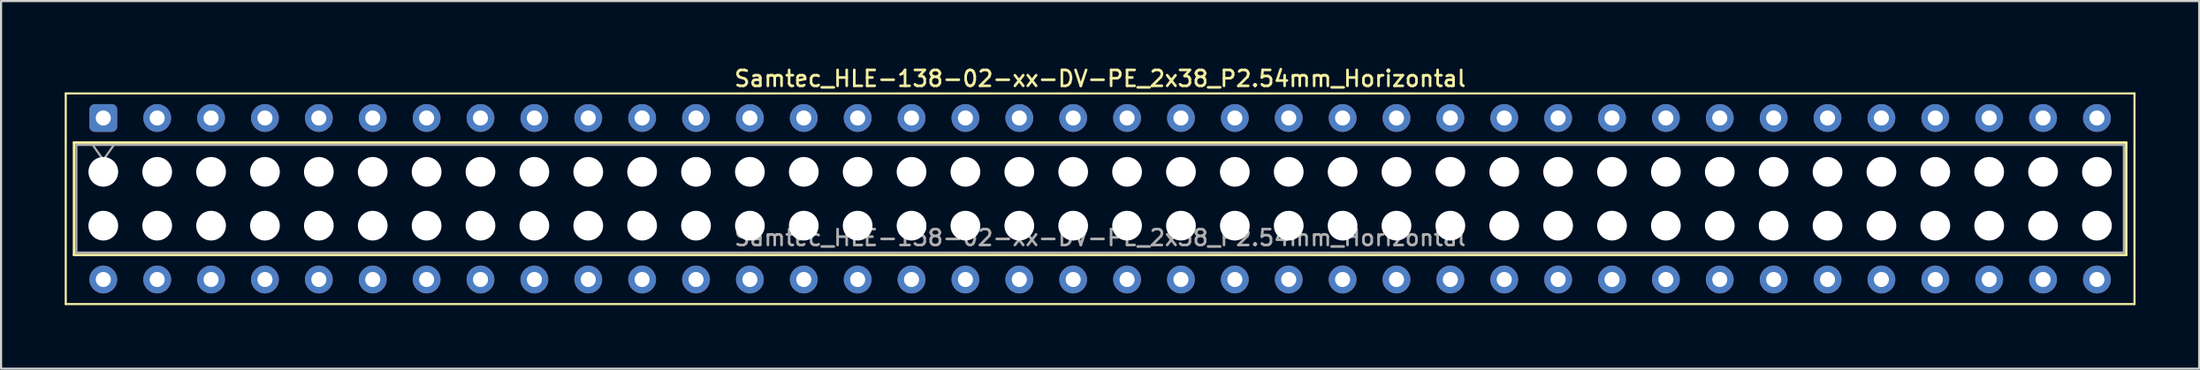
<source format=kicad_pcb>
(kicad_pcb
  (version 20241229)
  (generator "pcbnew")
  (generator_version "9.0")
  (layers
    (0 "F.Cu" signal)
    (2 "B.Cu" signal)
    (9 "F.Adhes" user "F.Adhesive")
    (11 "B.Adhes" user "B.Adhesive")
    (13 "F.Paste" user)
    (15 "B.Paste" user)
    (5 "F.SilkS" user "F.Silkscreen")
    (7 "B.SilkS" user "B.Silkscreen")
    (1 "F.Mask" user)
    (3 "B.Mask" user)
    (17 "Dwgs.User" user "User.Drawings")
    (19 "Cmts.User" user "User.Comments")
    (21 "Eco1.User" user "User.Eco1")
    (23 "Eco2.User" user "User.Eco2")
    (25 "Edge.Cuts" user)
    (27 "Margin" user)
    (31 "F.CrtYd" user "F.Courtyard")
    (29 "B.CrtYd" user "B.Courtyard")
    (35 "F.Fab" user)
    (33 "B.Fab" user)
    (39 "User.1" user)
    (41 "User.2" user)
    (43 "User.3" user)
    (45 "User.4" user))
  (footprint "Samtec_HLE-138-02-xx-DV-PE_2x38_P2.54mm_Horizontal"
    (layer "F.Cu")
    (at 1.82 2.518)
    (property "Reference" "Samtec_HLE-138-02-xx-DV-PE_2x38_P2.54mm_Horizontal" (at 46.99 -1.86 0) (layer "F.SilkS") (effects (font (size 0.75 0.75) (thickness 0.125))))
    (attr through_hole)
    (fp_line (start -1.77 -1.16) (end 95.75 -1.16) (stroke (width 0.1) (type solid)) (layer "F.SilkS"))
    (fp_line (start -1.77 8.78) (end -1.77 -1.16) (stroke (width 0.1) (type solid)) (layer "F.SilkS"))
    (fp_line (start -1.38 1.16) (end 95.36 1.16) (stroke (width 0.12) (type solid)) (layer "F.SilkS"))
    (fp_line (start -1.38 6.46) (end -1.38 1.16) (stroke (width 0.12) (type solid)) (layer "F.SilkS"))
    (fp_line (start 95.36 1.16) (end 95.36 6.46) (stroke (width 0.12) (type solid)) (layer "F.SilkS"))
    (fp_line (start 95.36 6.46) (end -1.38 6.46) (stroke (width 0.12) (type solid)) (layer "F.SilkS"))
    (fp_line (start 95.75 -1.16) (end 95.75 8.78) (stroke (width 0.1) (type solid)) (layer "F.SilkS"))
    (fp_line (start 95.75 8.78) (end -1.77 8.78) (stroke (width 0.1) (type solid)) (layer "F.SilkS"))
    (fp_line (start -1.27 1.27) (end 95.25 1.27) (stroke (width 0.1) (type solid)) (layer "F.Fab"))
    (fp_line (start -1.27 6.35) (end -1.27 1.27) (stroke (width 0.1) (type solid)) (layer "F.Fab"))
    (fp_line (start -0.5 1.27) (end 0 1.977) (stroke (width 0.1) (type solid)) (layer "F.Fab"))
    (fp_line (start 0 1.977) (end 0.5 1.27) (stroke (width 0.1) (type solid)) (layer "F.Fab"))
    (fp_line (start 95.25 1.27) (end 95.25 6.35) (stroke (width 0.1) (type solid)) (layer "F.Fab"))
    (fp_line (start 95.25 6.35) (end -1.27 6.35) (stroke (width 0.1) (type solid)) (layer "F.Fab"))
    (fp_text user "${REFERENCE}" (at 46.99 5.65 0) (layer "F.Fab") (effects (font (size 0.75 0.75) (thickness 0.125))))
    (pad "" np_thru_hole circle (at 0 2.54) (size 1.4 1.4) (drill 1.4) (layers "*.Cu" "*.Mask"))
    (pad "" np_thru_hole circle (at 0 5.08) (size 1.4 1.4) (drill 1.4) (layers "*.Cu" "*.Mask"))
    (pad "" np_thru_hole circle (at 2.54 2.54) (size 1.4 1.4) (drill 1.4) (layers "*.Cu" "*.Mask"))
    (pad "" np_thru_hole circle (at 2.54 5.08) (size 1.4 1.4) (drill 1.4) (layers "*.Cu" "*.Mask"))
    (pad "" np_thru_hole circle (at 5.08 2.54) (size 1.4 1.4) (drill 1.4) (layers "*.Cu" "*.Mask"))
    (pad "" np_thru_hole circle (at 5.08 5.08) (size 1.4 1.4) (drill 1.4) (layers "*.Cu" "*.Mask"))
    (pad "" np_thru_hole circle (at 7.62 2.54) (size 1.4 1.4) (drill 1.4) (layers "*.Cu" "*.Mask"))
    (pad "" np_thru_hole circle (at 7.62 5.08) (size 1.4 1.4) (drill 1.4) (layers "*.Cu" "*.Mask"))
    (pad "" np_thru_hole circle (at 10.16 2.54) (size 1.4 1.4) (drill 1.4) (layers "*.Cu" "*.Mask"))
    (pad "" np_thru_hole circle (at 10.16 5.08) (size 1.4 1.4) (drill 1.4) (layers "*.Cu" "*.Mask"))
    (pad "" np_thru_hole circle (at 12.7 2.54) (size 1.4 1.4) (drill 1.4) (layers "*.Cu" "*.Mask"))
    (pad "" np_thru_hole circle (at 12.7 5.08) (size 1.4 1.4) (drill 1.4) (layers "*.Cu" "*.Mask"))
    (pad "" np_thru_hole circle (at 15.24 2.54) (size 1.4 1.4) (drill 1.4) (layers "*.Cu" "*.Mask"))
    (pad "" np_thru_hole circle (at 15.24 5.08) (size 1.4 1.4) (drill 1.4) (layers "*.Cu" "*.Mask"))
    (pad "" np_thru_hole circle (at 17.78 2.54) (size 1.4 1.4) (drill 1.4) (layers "*.Cu" "*.Mask"))
    (pad "" np_thru_hole circle (at 17.78 5.08) (size 1.4 1.4) (drill 1.4) (layers "*.Cu" "*.Mask"))
    (pad "" np_thru_hole circle (at 20.32 2.54) (size 1.4 1.4) (drill 1.4) (layers "*.Cu" "*.Mask"))
    (pad "" np_thru_hole circle (at 20.32 5.08) (size 1.4 1.4) (drill 1.4) (layers "*.Cu" "*.Mask"))
    (pad "" np_thru_hole circle (at 22.86 2.54) (size 1.4 1.4) (drill 1.4) (layers "*.Cu" "*.Mask"))
    (pad "" np_thru_hole circle (at 22.86 5.08) (size 1.4 1.4) (drill 1.4) (layers "*.Cu" "*.Mask"))
    (pad "" np_thru_hole circle (at 25.4 2.54) (size 1.4 1.4) (drill 1.4) (layers "*.Cu" "*.Mask"))
    (pad "" np_thru_hole circle (at 25.4 5.08) (size 1.4 1.4) (drill 1.4) (layers "*.Cu" "*.Mask"))
    (pad "" np_thru_hole circle (at 27.94 2.54) (size 1.4 1.4) (drill 1.4) (layers "*.Cu" "*.Mask"))
    (pad "" np_thru_hole circle (at 27.94 5.08) (size 1.4 1.4) (drill 1.4) (layers "*.Cu" "*.Mask"))
    (pad "" np_thru_hole circle (at 30.48 2.54) (size 1.4 1.4) (drill 1.4) (layers "*.Cu" "*.Mask"))
    (pad "" np_thru_hole circle (at 30.48 5.08) (size 1.4 1.4) (drill 1.4) (layers "*.Cu" "*.Mask"))
    (pad "" np_thru_hole circle (at 33.02 2.54) (size 1.4 1.4) (drill 1.4) (layers "*.Cu" "*.Mask"))
    (pad "" np_thru_hole circle (at 33.02 5.08) (size 1.4 1.4) (drill 1.4) (layers "*.Cu" "*.Mask"))
    (pad "" np_thru_hole circle (at 35.56 2.54) (size 1.4 1.4) (drill 1.4) (layers "*.Cu" "*.Mask"))
    (pad "" np_thru_hole circle (at 35.56 5.08) (size 1.4 1.4) (drill 1.4) (layers "*.Cu" "*.Mask"))
    (pad "" np_thru_hole circle (at 38.1 2.54) (size 1.4 1.4) (drill 1.4) (layers "*.Cu" "*.Mask"))
    (pad "" np_thru_hole circle (at 38.1 5.08) (size 1.4 1.4) (drill 1.4) (layers "*.Cu" "*.Mask"))
    (pad "" np_thru_hole circle (at 40.64 2.54) (size 1.4 1.4) (drill 1.4) (layers "*.Cu" "*.Mask"))
    (pad "" np_thru_hole circle (at 40.64 5.08) (size 1.4 1.4) (drill 1.4) (layers "*.Cu" "*.Mask"))
    (pad "" np_thru_hole circle (at 43.18 2.54) (size 1.4 1.4) (drill 1.4) (layers "*.Cu" "*.Mask"))
    (pad "" np_thru_hole circle (at 43.18 5.08) (size 1.4 1.4) (drill 1.4) (layers "*.Cu" "*.Mask"))
    (pad "" np_thru_hole circle (at 45.72 2.54) (size 1.4 1.4) (drill 1.4) (layers "*.Cu" "*.Mask"))
    (pad "" np_thru_hole circle (at 45.72 5.08) (size 1.4 1.4) (drill 1.4) (layers "*.Cu" "*.Mask"))
    (pad "" np_thru_hole circle (at 48.26 2.54) (size 1.4 1.4) (drill 1.4) (layers "*.Cu" "*.Mask"))
    (pad "" np_thru_hole circle (at 48.26 5.08) (size 1.4 1.4) (drill 1.4) (layers "*.Cu" "*.Mask"))
    (pad "" np_thru_hole circle (at 50.8 2.54) (size 1.4 1.4) (drill 1.4) (layers "*.Cu" "*.Mask"))
    (pad "" np_thru_hole circle (at 50.8 5.08) (size 1.4 1.4) (drill 1.4) (layers "*.Cu" "*.Mask"))
    (pad "" np_thru_hole circle (at 53.34 2.54) (size 1.4 1.4) (drill 1.4) (layers "*.Cu" "*.Mask"))
    (pad "" np_thru_hole circle (at 53.34 5.08) (size 1.4 1.4) (drill 1.4) (layers "*.Cu" "*.Mask"))
    (pad "" np_thru_hole circle (at 55.88 2.54) (size 1.4 1.4) (drill 1.4) (layers "*.Cu" "*.Mask"))
    (pad "" np_thru_hole circle (at 55.88 5.08) (size 1.4 1.4) (drill 1.4) (layers "*.Cu" "*.Mask"))
    (pad "" np_thru_hole circle (at 58.42 2.54) (size 1.4 1.4) (drill 1.4) (layers "*.Cu" "*.Mask"))
    (pad "" np_thru_hole circle (at 58.42 5.08) (size 1.4 1.4) (drill 1.4) (layers "*.Cu" "*.Mask"))
    (pad "" np_thru_hole circle (at 60.96 2.54) (size 1.4 1.4) (drill 1.4) (layers "*.Cu" "*.Mask"))
    (pad "" np_thru_hole circle (at 60.96 5.08) (size 1.4 1.4) (drill 1.4) (layers "*.Cu" "*.Mask"))
    (pad "" np_thru_hole circle (at 63.5 2.54) (size 1.4 1.4) (drill 1.4) (layers "*.Cu" "*.Mask"))
    (pad "" np_thru_hole circle (at 63.5 5.08) (size 1.4 1.4) (drill 1.4) (layers "*.Cu" "*.Mask"))
    (pad "" np_thru_hole circle (at 66.04 2.54) (size 1.4 1.4) (drill 1.4) (layers "*.Cu" "*.Mask"))
    (pad "" np_thru_hole circle (at 66.04 5.08) (size 1.4 1.4) (drill 1.4) (layers "*.Cu" "*.Mask"))
    (pad "" np_thru_hole circle (at 68.58 2.54) (size 1.4 1.4) (drill 1.4) (layers "*.Cu" "*.Mask"))
    (pad "" np_thru_hole circle (at 68.58 5.08) (size 1.4 1.4) (drill 1.4) (layers "*.Cu" "*.Mask"))
    (pad "" np_thru_hole circle (at 71.12 2.54) (size 1.4 1.4) (drill 1.4) (layers "*.Cu" "*.Mask"))
    (pad "" np_thru_hole circle (at 71.12 5.08) (size 1.4 1.4) (drill 1.4) (layers "*.Cu" "*.Mask"))
    (pad "" np_thru_hole circle (at 73.66 2.54) (size 1.4 1.4) (drill 1.4) (layers "*.Cu" "*.Mask"))
    (pad "" np_thru_hole circle (at 73.66 5.08) (size 1.4 1.4) (drill 1.4) (layers "*.Cu" "*.Mask"))
    (pad "" np_thru_hole circle (at 76.2 2.54) (size 1.4 1.4) (drill 1.4) (layers "*.Cu" "*.Mask"))
    (pad "" np_thru_hole circle (at 76.2 5.08) (size 1.4 1.4) (drill 1.4) (layers "*.Cu" "*.Mask"))
    (pad "" np_thru_hole circle (at 78.74 2.54) (size 1.4 1.4) (drill 1.4) (layers "*.Cu" "*.Mask"))
    (pad "" np_thru_hole circle (at 78.74 5.08) (size 1.4 1.4) (drill 1.4) (layers "*.Cu" "*.Mask"))
    (pad "" np_thru_hole circle (at 81.28 2.54) (size 1.4 1.4) (drill 1.4) (layers "*.Cu" "*.Mask"))
    (pad "" np_thru_hole circle (at 81.28 5.08) (size 1.4 1.4) (drill 1.4) (layers "*.Cu" "*.Mask"))
    (pad "" np_thru_hole circle (at 83.82 2.54) (size 1.4 1.4) (drill 1.4) (layers "*.Cu" "*.Mask"))
    (pad "" np_thru_hole circle (at 83.82 5.08) (size 1.4 1.4) (drill 1.4) (layers "*.Cu" "*.Mask"))
    (pad "" np_thru_hole circle (at 86.36 2.54) (size 1.4 1.4) (drill 1.4) (layers "*.Cu" "*.Mask"))
    (pad "" np_thru_hole circle (at 86.36 5.08) (size 1.4 1.4) (drill 1.4) (layers "*.Cu" "*.Mask"))
    (pad "" np_thru_hole circle (at 88.9 2.54) (size 1.4 1.4) (drill 1.4) (layers "*.Cu" "*.Mask"))
    (pad "" np_thru_hole circle (at 88.9 5.08) (size 1.4 1.4) (drill 1.4) (layers "*.Cu" "*.Mask"))
    (pad "" np_thru_hole circle (at 91.44 2.54) (size 1.4 1.4) (drill 1.4) (layers "*.Cu" "*.Mask"))
    (pad "" np_thru_hole circle (at 91.44 5.08) (size 1.4 1.4) (drill 1.4) (layers "*.Cu" "*.Mask"))
    (pad "" np_thru_hole circle (at 93.98 2.54) (size 1.4 1.4) (drill 1.4) (layers "*.Cu" "*.Mask"))
    (pad "" np_thru_hole circle (at 93.98 5.08) (size 1.4 1.4) (drill 1.4) (layers "*.Cu" "*.Mask"))
    (pad "1" thru_hole roundrect (at 0 0) (size 1.31 1.31) (drill 0.71) (layers "*.Cu" "*.Mask") (roundrect_rratio 0.191))
    (pad "2" thru_hole circle (at 0 7.62) (size 1.31 1.31) (drill 0.71) (layers "*.Cu" "*.Mask"))
    (pad "3" thru_hole circle (at 2.54 0) (size 1.31 1.31) (drill 0.71) (layers "*.Cu" "*.Mask"))
    (pad "4" thru_hole circle (at 2.54 7.62) (size 1.31 1.31) (drill 0.71) (layers "*.Cu" "*.Mask"))
    (pad "5" thru_hole circle (at 5.08 0) (size 1.31 1.31) (drill 0.71) (layers "*.Cu" "*.Mask"))
    (pad "6" thru_hole circle (at 5.08 7.62) (size 1.31 1.31) (drill 0.71) (layers "*.Cu" "*.Mask"))
    (pad "7" thru_hole circle (at 7.62 0) (size 1.31 1.31) (drill 0.71) (layers "*.Cu" "*.Mask"))
    (pad "8" thru_hole circle (at 7.62 7.62) (size 1.31 1.31) (drill 0.71) (layers "*.Cu" "*.Mask"))
    (pad "9" thru_hole circle (at 10.16 0) (size 1.31 1.31) (drill 0.71) (layers "*.Cu" "*.Mask"))
    (pad "10" thru_hole circle (at 10.16 7.62) (size 1.31 1.31) (drill 0.71) (layers "*.Cu" "*.Mask"))
    (pad "11" thru_hole circle (at 12.7 0) (size 1.31 1.31) (drill 0.71) (layers "*.Cu" "*.Mask"))
    (pad "12" thru_hole circle (at 12.7 7.62) (size 1.31 1.31) (drill 0.71) (layers "*.Cu" "*.Mask"))
    (pad "13" thru_hole circle (at 15.24 0) (size 1.31 1.31) (drill 0.71) (layers "*.Cu" "*.Mask"))
    (pad "14" thru_hole circle (at 15.24 7.62) (size 1.31 1.31) (drill 0.71) (layers "*.Cu" "*.Mask"))
    (pad "15" thru_hole circle (at 17.78 0) (size 1.31 1.31) (drill 0.71) (layers "*.Cu" "*.Mask"))
    (pad "16" thru_hole circle (at 17.78 7.62) (size 1.31 1.31) (drill 0.71) (layers "*.Cu" "*.Mask"))
    (pad "17" thru_hole circle (at 20.32 0) (size 1.31 1.31) (drill 0.71) (layers "*.Cu" "*.Mask"))
    (pad "18" thru_hole circle (at 20.32 7.62) (size 1.31 1.31) (drill 0.71) (layers "*.Cu" "*.Mask"))
    (pad "19" thru_hole circle (at 22.86 0) (size 1.31 1.31) (drill 0.71) (layers "*.Cu" "*.Mask"))
    (pad "20" thru_hole circle (at 22.86 7.62) (size 1.31 1.31) (drill 0.71) (layers "*.Cu" "*.Mask"))
    (pad "21" thru_hole circle (at 25.4 0) (size 1.31 1.31) (drill 0.71) (layers "*.Cu" "*.Mask"))
    (pad "22" thru_hole circle (at 25.4 7.62) (size 1.31 1.31) (drill 0.71) (layers "*.Cu" "*.Mask"))
    (pad "23" thru_hole circle (at 27.94 0) (size 1.31 1.31) (drill 0.71) (layers "*.Cu" "*.Mask"))
    (pad "24" thru_hole circle (at 27.94 7.62) (size 1.31 1.31) (drill 0.71) (layers "*.Cu" "*.Mask"))
    (pad "25" thru_hole circle (at 30.48 0) (size 1.31 1.31) (drill 0.71) (layers "*.Cu" "*.Mask"))
    (pad "26" thru_hole circle (at 30.48 7.62) (size 1.31 1.31) (drill 0.71) (layers "*.Cu" "*.Mask"))
    (pad "27" thru_hole circle (at 33.02 0) (size 1.31 1.31) (drill 0.71) (layers "*.Cu" "*.Mask"))
    (pad "28" thru_hole circle (at 33.02 7.62) (size 1.31 1.31) (drill 0.71) (layers "*.Cu" "*.Mask"))
    (pad "29" thru_hole circle (at 35.56 0) (size 1.31 1.31) (drill 0.71) (layers "*.Cu" "*.Mask"))
    (pad "30" thru_hole circle (at 35.56 7.62) (size 1.31 1.31) (drill 0.71) (layers "*.Cu" "*.Mask"))
    (pad "31" thru_hole circle (at 38.1 0) (size 1.31 1.31) (drill 0.71) (layers "*.Cu" "*.Mask"))
    (pad "32" thru_hole circle (at 38.1 7.62) (size 1.31 1.31) (drill 0.71) (layers "*.Cu" "*.Mask"))
    (pad "33" thru_hole circle (at 40.64 0) (size 1.31 1.31) (drill 0.71) (layers "*.Cu" "*.Mask"))
    (pad "34" thru_hole circle (at 40.64 7.62) (size 1.31 1.31) (drill 0.71) (layers "*.Cu" "*.Mask"))
    (pad "35" thru_hole circle (at 43.18 0) (size 1.31 1.31) (drill 0.71) (layers "*.Cu" "*.Mask"))
    (pad "36" thru_hole circle (at 43.18 7.62) (size 1.31 1.31) (drill 0.71) (layers "*.Cu" "*.Mask"))
    (pad "37" thru_hole circle (at 45.72 0) (size 1.31 1.31) (drill 0.71) (layers "*.Cu" "*.Mask"))
    (pad "38" thru_hole circle (at 45.72 7.62) (size 1.31 1.31) (drill 0.71) (layers "*.Cu" "*.Mask"))
    (pad "39" thru_hole circle (at 48.26 0) (size 1.31 1.31) (drill 0.71) (layers "*.Cu" "*.Mask"))
    (pad "40" thru_hole circle (at 48.26 7.62) (size 1.31 1.31) (drill 0.71) (layers "*.Cu" "*.Mask"))
    (pad "41" thru_hole circle (at 50.8 0) (size 1.31 1.31) (drill 0.71) (layers "*.Cu" "*.Mask"))
    (pad "42" thru_hole circle (at 50.8 7.62) (size 1.31 1.31) (drill 0.71) (layers "*.Cu" "*.Mask"))
    (pad "43" thru_hole circle (at 53.34 0) (size 1.31 1.31) (drill 0.71) (layers "*.Cu" "*.Mask"))
    (pad "44" thru_hole circle (at 53.34 7.62) (size 1.31 1.31) (drill 0.71) (layers "*.Cu" "*.Mask"))
    (pad "45" thru_hole circle (at 55.88 0) (size 1.31 1.31) (drill 0.71) (layers "*.Cu" "*.Mask"))
    (pad "46" thru_hole circle (at 55.88 7.62) (size 1.31 1.31) (drill 0.71) (layers "*.Cu" "*.Mask"))
    (pad "47" thru_hole circle (at 58.42 0) (size 1.31 1.31) (drill 0.71) (layers "*.Cu" "*.Mask"))
    (pad "48" thru_hole circle (at 58.42 7.62) (size 1.31 1.31) (drill 0.71) (layers "*.Cu" "*.Mask"))
    (pad "49" thru_hole circle (at 60.96 0) (size 1.31 1.31) (drill 0.71) (layers "*.Cu" "*.Mask"))
    (pad "50" thru_hole circle (at 60.96 7.62) (size 1.31 1.31) (drill 0.71) (layers "*.Cu" "*.Mask"))
    (pad "51" thru_hole circle (at 63.5 0) (size 1.31 1.31) (drill 0.71) (layers "*.Cu" "*.Mask"))
    (pad "52" thru_hole circle (at 63.5 7.62) (size 1.31 1.31) (drill 0.71) (layers "*.Cu" "*.Mask"))
    (pad "53" thru_hole circle (at 66.04 0) (size 1.31 1.31) (drill 0.71) (layers "*.Cu" "*.Mask"))
    (pad "54" thru_hole circle (at 66.04 7.62) (size 1.31 1.31) (drill 0.71) (layers "*.Cu" "*.Mask"))
    (pad "55" thru_hole circle (at 68.58 0) (size 1.31 1.31) (drill 0.71) (layers "*.Cu" "*.Mask"))
    (pad "56" thru_hole circle (at 68.58 7.62) (size 1.31 1.31) (drill 0.71) (layers "*.Cu" "*.Mask"))
    (pad "57" thru_hole circle (at 71.12 0) (size 1.31 1.31) (drill 0.71) (layers "*.Cu" "*.Mask"))
    (pad "58" thru_hole circle (at 71.12 7.62) (size 1.31 1.31) (drill 0.71) (layers "*.Cu" "*.Mask"))
    (pad "59" thru_hole circle (at 73.66 0) (size 1.31 1.31) (drill 0.71) (layers "*.Cu" "*.Mask"))
    (pad "60" thru_hole circle (at 73.66 7.62) (size 1.31 1.31) (drill 0.71) (layers "*.Cu" "*.Mask"))
    (pad "61" thru_hole circle (at 76.2 0) (size 1.31 1.31) (drill 0.71) (layers "*.Cu" "*.Mask"))
    (pad "62" thru_hole circle (at 76.2 7.62) (size 1.31 1.31) (drill 0.71) (layers "*.Cu" "*.Mask"))
    (pad "63" thru_hole circle (at 78.74 0) (size 1.31 1.31) (drill 0.71) (layers "*.Cu" "*.Mask"))
    (pad "64" thru_hole circle (at 78.74 7.62) (size 1.31 1.31) (drill 0.71) (layers "*.Cu" "*.Mask"))
    (pad "65" thru_hole circle (at 81.28 0) (size 1.31 1.31) (drill 0.71) (layers "*.Cu" "*.Mask"))
    (pad "66" thru_hole circle (at 81.28 7.62) (size 1.31 1.31) (drill 0.71) (layers "*.Cu" "*.Mask"))
    (pad "67" thru_hole circle (at 83.82 0) (size 1.31 1.31) (drill 0.71) (layers "*.Cu" "*.Mask"))
    (pad "68" thru_hole circle (at 83.82 7.62) (size 1.31 1.31) (drill 0.71) (layers "*.Cu" "*.Mask"))
    (pad "69" thru_hole circle (at 86.36 0) (size 1.31 1.31) (drill 0.71) (layers "*.Cu" "*.Mask"))
    (pad "70" thru_hole circle (at 86.36 7.62) (size 1.31 1.31) (drill 0.71) (layers "*.Cu" "*.Mask"))
    (pad "71" thru_hole circle (at 88.9 0) (size 1.31 1.31) (drill 0.71) (layers "*.Cu" "*.Mask"))
    (pad "72" thru_hole circle (at 88.9 7.62) (size 1.31 1.31) (drill 0.71) (layers "*.Cu" "*.Mask"))
    (pad "73" thru_hole circle (at 91.44 0) (size 1.31 1.31) (drill 0.71) (layers "*.Cu" "*.Mask"))
    (pad "74" thru_hole circle (at 91.44 7.62) (size 1.31 1.31) (drill 0.71) (layers "*.Cu" "*.Mask"))
    (pad "75" thru_hole circle (at 93.98 0) (size 1.31 1.31) (drill 0.71) (layers "*.Cu" "*.Mask"))
    (pad "76" thru_hole circle (at 93.98 7.62) (size 1.31 1.31) (drill 0.71) (layers "*.Cu" "*.Mask")))
  (gr_rect
    (start -3 -3)
    (end 100.62 14.348)
    (stroke (width 0.1) (type default))
    (fill no)
    (layer "Edge.Cuts")))
</source>
